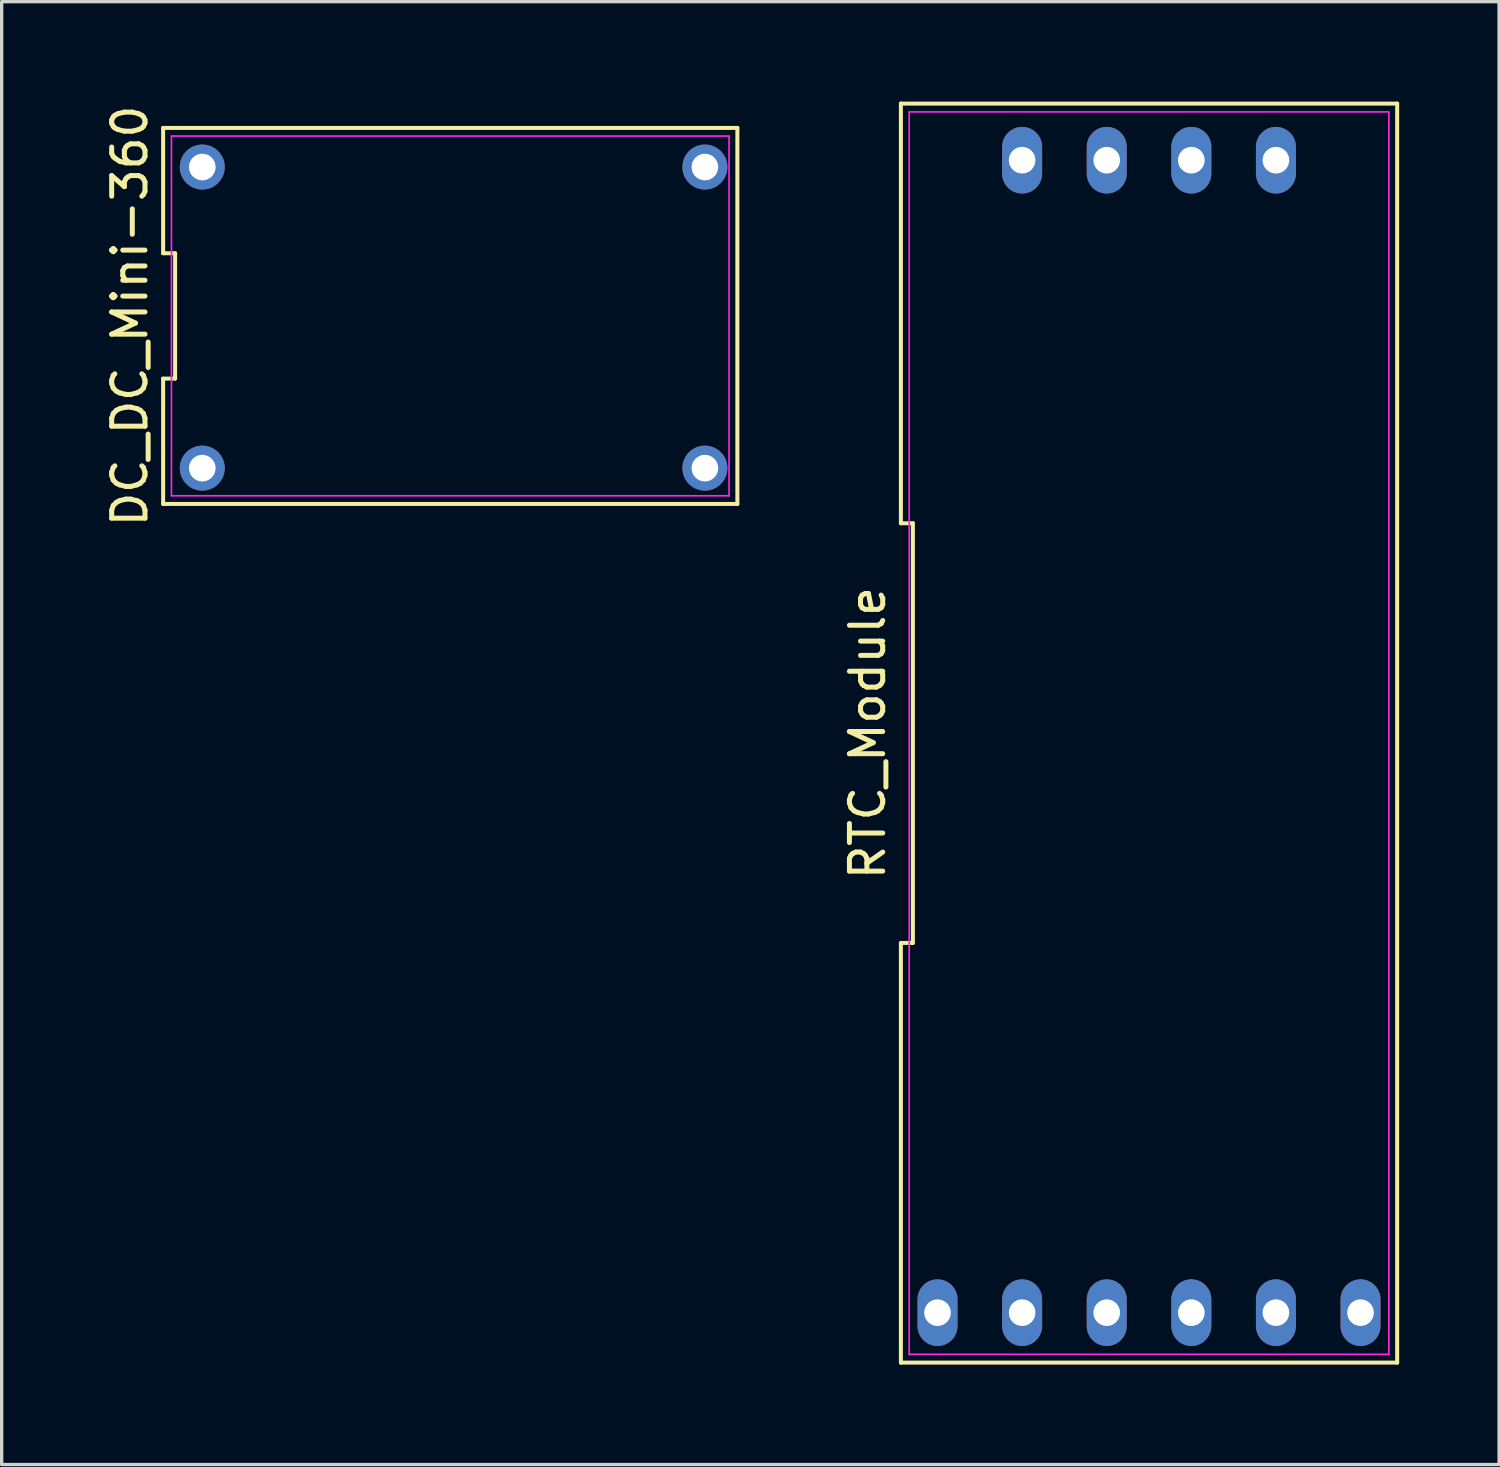
<source format=kicad_pcb>
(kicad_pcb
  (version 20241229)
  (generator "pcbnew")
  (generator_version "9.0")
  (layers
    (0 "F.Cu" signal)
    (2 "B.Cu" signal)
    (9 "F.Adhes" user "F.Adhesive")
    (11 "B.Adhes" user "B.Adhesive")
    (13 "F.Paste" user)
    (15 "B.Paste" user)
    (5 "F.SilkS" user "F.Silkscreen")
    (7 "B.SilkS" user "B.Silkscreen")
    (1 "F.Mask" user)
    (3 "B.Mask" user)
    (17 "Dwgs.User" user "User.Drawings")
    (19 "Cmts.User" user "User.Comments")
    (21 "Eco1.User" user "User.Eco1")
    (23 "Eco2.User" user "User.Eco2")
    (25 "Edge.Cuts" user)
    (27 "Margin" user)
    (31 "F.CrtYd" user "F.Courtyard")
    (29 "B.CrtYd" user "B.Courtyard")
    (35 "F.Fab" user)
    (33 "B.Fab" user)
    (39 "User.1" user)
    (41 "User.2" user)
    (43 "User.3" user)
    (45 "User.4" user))
  (footprint "RTC_Module"
    (layer "F.Cu")
    (at 31.447 18.96)
    (property "Reference" "RTC_Module" (at -8.45 0 90) (layer "F.SilkS") (effects (font (size 1 1) (thickness 0.15))))
    (attr through_hole)
    (fp_line (start -7.45 -6.3) (end -7.09 -6.3) (stroke (width 0.12) (type solid)) (layer "F.SilkS"))
    (fp_line (start -7.45 6.3) (end -7.45 18.9) (stroke (width 0.12) (type solid)) (layer "F.SilkS"))
    (fp_line (start -7.45 18.9) (end 7.45 18.9) (stroke (width 0.12) (type solid)) (layer "F.SilkS"))
    (fp_line (start -7.45 -18.9) (end -7.45 -6.3) (stroke (width 0.12) (type solid)) (layer "F.SilkS"))
    (fp_line (start -7.09 -6.3) (end -7.09 6.3) (stroke (width 0.12) (type solid)) (layer "F.SilkS"))
    (fp_line (start -7.09 6.3) (end -7.45 6.3) (stroke (width 0.12) (type solid)) (layer "F.SilkS"))
    (fp_line (start 7.45 18.9) (end 7.45 -18.9) (stroke (width 0.12) (type solid)) (layer "F.SilkS"))
    (fp_line (start 7.45 -18.9) (end -7.45 -18.9) (stroke (width 0.12) (type solid)) (layer "F.SilkS"))
    (fp_line (start -7.2 -18.65) (end 7.2 -18.65) (stroke (width 0.05) (type solid)) (layer "F.CrtYd"))
    (fp_line (start -7.2 18.65) (end -7.2 -18.65) (stroke (width 0.05) (type solid)) (layer "F.CrtYd"))
    (fp_line (start 7.2 -18.65) (end 7.2 18.65) (stroke (width 0.05) (type solid)) (layer "F.CrtYd"))
    (fp_line (start 7.2 18.65) (end -7.2 18.65) (stroke (width 0.05) (type solid)) (layer "F.CrtYd"))
    (pad "1" thru_hole oval (at -6.35 17.4) (size 1.2 2) (drill 0.8) (layers "*.Cu" "*.Mask"))
    (pad "1" thru_hole oval (at -3.81 -17.2) (size 1.2 2) (drill 0.8) (layers "*.Cu" "*.Mask"))
    (pad "2" thru_hole oval (at -3.81 17.4) (size 1.2 2) (drill 0.8) (layers "*.Cu" "*.Mask"))
    (pad "2" thru_hole oval (at -1.27 -17.2) (size 1.2 2) (drill 0.8) (layers "*.Cu" "*.Mask"))
    (pad "3" thru_hole oval (at -1.27 17.4) (size 1.2 2) (drill 0.8) (layers "*.Cu" "*.Mask"))
    (pad "3" thru_hole oval (at 1.27 -17.2) (size 1.2 2) (drill 0.8) (layers "*.Cu" "*.Mask"))
    (pad "4" thru_hole oval (at 1.27 17.4) (size 1.2 2) (drill 0.8) (layers "*.Cu" "*.Mask"))
    (pad "4" thru_hole oval (at 3.81 -17.2) (size 1.2 2) (drill 0.8) (layers "*.Cu" "*.Mask"))
    (pad "5" thru_hole oval (at 3.81 17.4) (size 1.2 2) (drill 0.8) (layers "*.Cu" "*.Mask"))
    (pad "6" thru_hole oval (at 6.35 17.4) (size 1.2 2) (drill 0.8) (layers "*.Cu" "*.Mask")))
  (footprint "DC_DC_Mini-360"
    (layer "F.Cu")
    (at 10.468 6.435)
    (property "Reference" "DC_DC_Mini-360" (at -9.62 0 90) (layer "F.SilkS") (effects (font (size 1 1) (thickness 0.15))))
    (attr through_hole)
    (fp_line (start -8.62 -5.645) (end -8.62 -1.882) (stroke (width 0.12) (type solid)) (layer "F.SilkS"))
    (fp_line (start -8.62 -1.882) (end -8.26 -1.882) (stroke (width 0.12) (type solid)) (layer "F.SilkS"))
    (fp_line (start -8.62 1.882) (end -8.62 5.645) (stroke (width 0.12) (type solid)) (layer "F.SilkS"))
    (fp_line (start -8.62 5.645) (end 8.62 5.645) (stroke (width 0.12) (type solid)) (layer "F.SilkS"))
    (fp_line (start -8.26 -1.882) (end -8.26 1.882) (stroke (width 0.12) (type solid)) (layer "F.SilkS"))
    (fp_line (start -8.26 1.882) (end -8.62 1.882) (stroke (width 0.12) (type solid)) (layer "F.SilkS"))
    (fp_line (start 8.62 -5.645) (end -8.62 -5.645) (stroke (width 0.12) (type solid)) (layer "F.SilkS"))
    (fp_line (start 8.62 5.645) (end 8.62 -5.645) (stroke (width 0.12) (type solid)) (layer "F.SilkS"))
    (fp_line (start -8.37 -5.4) (end 8.37 -5.4) (stroke (width 0.05) (type solid)) (layer "F.CrtYd"))
    (fp_line (start -8.37 5.4) (end -8.37 -5.4) (stroke (width 0.05) (type solid)) (layer "F.CrtYd"))
    (fp_line (start 8.37 -5.4) (end 8.37 5.4) (stroke (width 0.05) (type solid)) (layer "F.CrtYd"))
    (fp_line (start 8.37 5.4) (end -8.37 5.4) (stroke (width 0.05) (type solid)) (layer "F.CrtYd"))
    (pad "1" thru_hole circle (at -7.445 4.57) (size 1.35 1.35) (drill 0.8) (layers "*.Cu" "*.Mask"))
    (pad "2" thru_hole circle (at 7.645 4.57) (size 1.35 1.35) (drill 0.8) (layers "*.Cu" "*.Mask"))
    (pad "3" thru_hole circle (at 7.645 -4.47) (size 1.35 1.35) (drill 0.8) (layers "*.Cu" "*.Mask"))
    (pad "4" thru_hole circle (at -7.445 -4.47) (size 1.35 1.35) (drill 0.8) (layers "*.Cu" "*.Mask")))
  (gr_rect
    (start -3 -3)
    (end 41.956 40.92)
    (stroke (width 0.1) (type default))
    (fill no)
    (layer "Edge.Cuts")))
</source>
